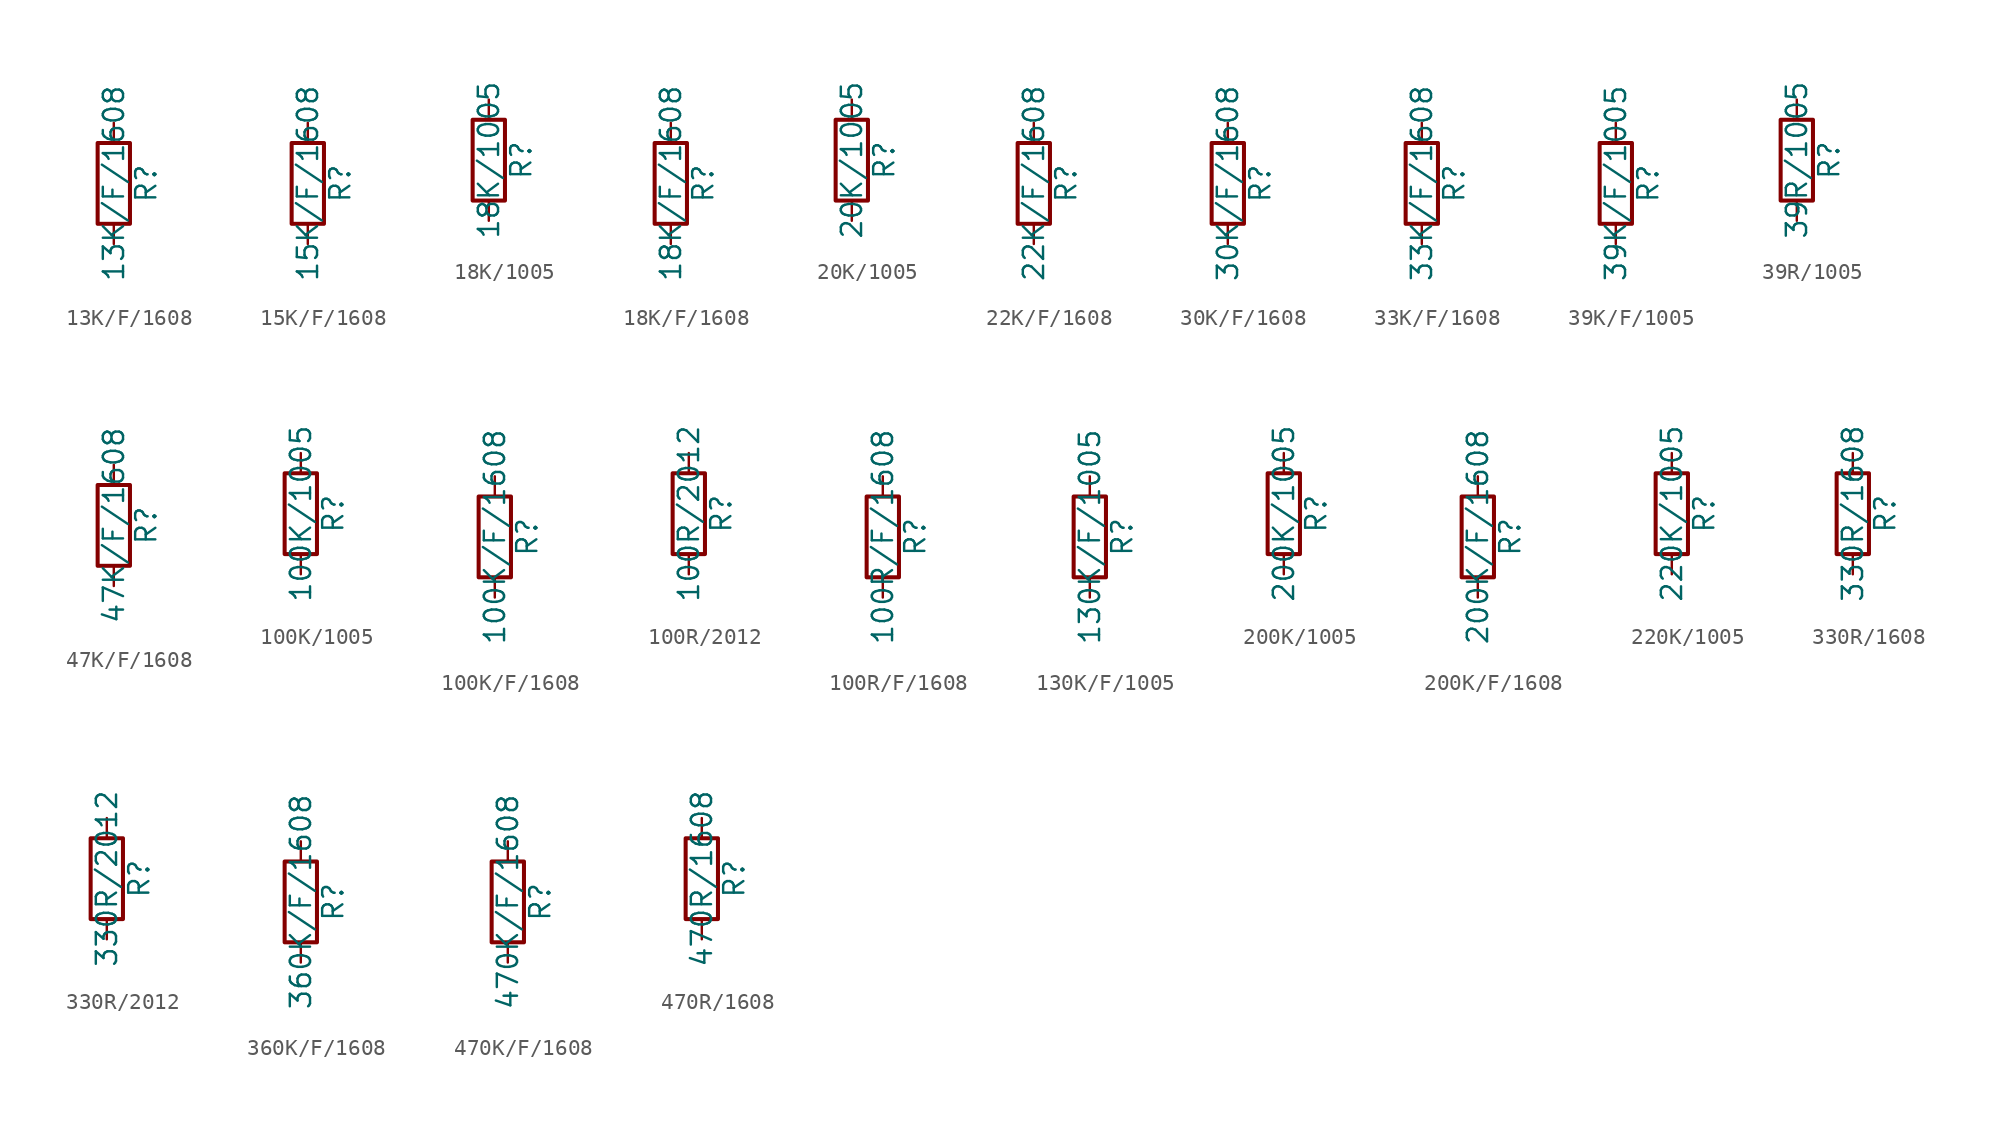
<source format=kicad_sym>
(kicad_symbol_lib
  (version 20220914)
  (generator kicad_symbol_editor)
  (symbol "13K/F/1608"
    (pin_numbers hide)
    (pin_names
      (offset 0) hide)
    (property "Reference" "R"
      (at 2.032 0 90)
      (effects (font (size 1.27 1.27))))
    (property "Value" "13K/F/1608"
      (at 0 0 90)
      (effects (font (size 1.27 1.27))))
    (symbol "13K/F/1608_0_1"
      (rectangle (start -1.016 -2.54) (end 1.016 2.54) (stroke (width 0.254) (type default)) (fill (type none))))
    (symbol "13K/F/1608_1_1"
      (pin passive line (at 0 3.81 270) (length 1.27) (name "~" (effects (font (size 1.27 1.27)))) (number "1" (effects (font (size 1.27 1.27)))))
      (pin passive line (at 0 -3.81 90) (length 1.27) (name "~" (effects (font (size 1.27 1.27)))) (number "2" (effects (font (size 1.27 1.27)))))))
  (symbol "15K/F/1608"
    (pin_numbers hide)
    (pin_names
      (offset 0) hide)
    (property "Reference" "R"
      (at 2.032 0 90)
      (effects (font (size 1.27 1.27))))
    (property "Value" "15K/F/1608"
      (at 0 0 90)
      (effects (font (size 1.27 1.27))))
    (symbol "15K/F/1608_0_1"
      (rectangle (start -1.016 -2.54) (end 1.016 2.54) (stroke (width 0.254) (type default)) (fill (type none))))
    (symbol "15K/F/1608_1_1"
      (pin passive line (at 0 3.81 270) (length 1.27) (name "~" (effects (font (size 1.27 1.27)))) (number "1" (effects (font (size 1.27 1.27)))))
      (pin passive line (at 0 -3.81 90) (length 1.27) (name "~" (effects (font (size 1.27 1.27)))) (number "2" (effects (font (size 1.27 1.27)))))))
  (symbol "18K/1005"
    (pin_numbers hide)
    (pin_names
      (offset 0) hide)
    (property "Reference" "R"
      (at 2.032 0 90)
      (effects (font (size 1.27 1.27))))
    (property "Value" "18K/1005"
      (at 0 0 90)
      (effects (font (size 1.27 1.27))))
    (symbol "18K/1005_0_1"
      (rectangle (start -1.016 -2.54) (end 1.016 2.54) (stroke (width 0.254) (type default)) (fill (type none))))
    (symbol "18K/1005_1_1"
      (pin passive line (at 0 3.81 270) (length 1.27) (name "~" (effects (font (size 1.27 1.27)))) (number "1" (effects (font (size 1.27 1.27)))))
      (pin passive line (at 0 -3.81 90) (length 1.27) (name "~" (effects (font (size 1.27 1.27)))) (number "2" (effects (font (size 1.27 1.27)))))))
  (symbol "18K/F/1608"
    (pin_numbers hide)
    (pin_names
      (offset 0) hide)
    (property "Reference" "R"
      (at 2.032 0 90)
      (effects (font (size 1.27 1.27))))
    (property "Value" "18K/F/1608"
      (at 0 0 90)
      (effects (font (size 1.27 1.27))))
    (symbol "18K/F/1608_0_1"
      (rectangle (start -1.016 -2.54) (end 1.016 2.54) (stroke (width 0.254) (type default)) (fill (type none))))
    (symbol "18K/F/1608_1_1"
      (pin passive line (at 0 3.81 270) (length 1.27) (name "~" (effects (font (size 1.27 1.27)))) (number "1" (effects (font (size 1.27 1.27)))))
      (pin passive line (at 0 -3.81 90) (length 1.27) (name "~" (effects (font (size 1.27 1.27)))) (number "2" (effects (font (size 1.27 1.27)))))))
  (symbol "20K/1005"
    (pin_numbers hide)
    (pin_names
      (offset 0) hide)
    (property "Reference" "R"
      (at 2.032 0 90)
      (effects (font (size 1.27 1.27))))
    (property "Value" "20K/1005"
      (at 0 0 90)
      (effects (font (size 1.27 1.27))))
    (symbol "20K/1005_0_1"
      (rectangle (start -1.016 -2.54) (end 1.016 2.54) (stroke (width 0.254) (type default)) (fill (type none))))
    (symbol "20K/1005_1_1"
      (pin passive line (at 0 3.81 270) (length 1.27) (name "~" (effects (font (size 1.27 1.27)))) (number "1" (effects (font (size 1.27 1.27)))))
      (pin passive line (at 0 -3.81 90) (length 1.27) (name "~" (effects (font (size 1.27 1.27)))) (number "2" (effects (font (size 1.27 1.27)))))))
  (symbol "22K/F/1608"
    (pin_numbers hide)
    (pin_names
      (offset 0) hide)
    (property "Reference" "R"
      (at 2.032 0 90)
      (effects (font (size 1.27 1.27))))
    (property "Value" "22K/F/1608"
      (at 0 0 90)
      (effects (font (size 1.27 1.27))))
    (symbol "22K/F/1608_0_1"
      (rectangle (start -1.016 -2.54) (end 1.016 2.54) (stroke (width 0.254) (type default)) (fill (type none))))
    (symbol "22K/F/1608_1_1"
      (pin passive line (at 0 3.81 270) (length 1.27) (name "~" (effects (font (size 1.27 1.27)))) (number "1" (effects (font (size 1.27 1.27)))))
      (pin passive line (at 0 -3.81 90) (length 1.27) (name "~" (effects (font (size 1.27 1.27)))) (number "2" (effects (font (size 1.27 1.27)))))))
  (symbol "30K/F/1608"
    (pin_numbers hide)
    (pin_names
      (offset 0) hide)
    (property "Reference" "R"
      (at 2.032 0 90)
      (effects (font (size 1.27 1.27))))
    (property "Value" "30K/F/1608"
      (at 0 0 90)
      (effects (font (size 1.27 1.27))))
    (symbol "30K/F/1608_0_1"
      (rectangle (start -1.016 -2.54) (end 1.016 2.54) (stroke (width 0.254) (type default)) (fill (type none))))
    (symbol "30K/F/1608_1_1"
      (pin passive line (at 0 3.81 270) (length 1.27) (name "~" (effects (font (size 1.27 1.27)))) (number "1" (effects (font (size 1.27 1.27)))))
      (pin passive line (at 0 -3.81 90) (length 1.27) (name "~" (effects (font (size 1.27 1.27)))) (number "2" (effects (font (size 1.27 1.27)))))))
  (symbol "33K/F/1608"
    (pin_numbers hide)
    (pin_names
      (offset 0) hide)
    (property "Reference" "R"
      (at 2.032 0 90)
      (effects (font (size 1.27 1.27))))
    (property "Value" "33K/F/1608"
      (at 0 0 90)
      (effects (font (size 1.27 1.27))))
    (symbol "33K/F/1608_0_1"
      (rectangle (start -1.016 -2.54) (end 1.016 2.54) (stroke (width 0.254) (type default)) (fill (type none))))
    (symbol "33K/F/1608_1_1"
      (pin passive line (at 0 3.81 270) (length 1.27) (name "~" (effects (font (size 1.27 1.27)))) (number "1" (effects (font (size 1.27 1.27)))))
      (pin passive line (at 0 -3.81 90) (length 1.27) (name "~" (effects (font (size 1.27 1.27)))) (number "2" (effects (font (size 1.27 1.27)))))))
  (symbol "39K/F/1005"
    (pin_numbers hide)
    (pin_names
      (offset 0))
    (property "Reference" "R"
      (at 2.032 0 90)
      (effects (font (size 1.27 1.27))))
    (property "Value" "39K/F/1005"
      (at 0 0 90)
      (effects (font (size 1.27 1.27))))
    (symbol "39K/F/1005_0_1"
      (rectangle (start -1.016 -2.54) (end 1.016 2.54) (stroke (width 0.254) (type default)) (fill (type none))))
    (symbol "39K/F/1005_1_1"
      (pin passive line (at 0 3.81 270) (length 1.27) (name "~" (effects (font (size 1.27 1.27)))) (number "1" (effects (font (size 1.27 1.27)))))
      (pin passive line (at 0 -3.81 90) (length 1.27) (name "~" (effects (font (size 1.27 1.27)))) (number "2" (effects (font (size 1.27 1.27)))))))
  (symbol "39R/1005"
    (pin_numbers hide)
    (pin_names
      (offset 0) hide)
    (property "Reference" "R"
      (at 2.032 0 90)
      (effects (font (size 1.27 1.27))))
    (property "Value" "39R/1005"
      (at 0 0 90)
      (effects (font (size 1.27 1.27))))
    (symbol "39R/1005_0_1"
      (rectangle (start -1.016 -2.54) (end 1.016 2.54) (stroke (width 0.254) (type default)) (fill (type none))))
    (symbol "39R/1005_1_1"
      (pin passive line (at 0 3.81 270) (length 1.27) (name "~" (effects (font (size 1.27 1.27)))) (number "1" (effects (font (size 1.27 1.27)))))
      (pin passive line (at 0 -3.81 90) (length 1.27) (name "~" (effects (font (size 1.27 1.27)))) (number "2" (effects (font (size 1.27 1.27)))))))
  (symbol "47K/F/1608"
    (pin_numbers hide)
    (pin_names
      (offset 0) hide)
    (property "Reference" "R"
      (at 2.032 0 90)
      (effects (font (size 1.27 1.27))))
    (property "Value" "47K/F/1608"
      (at 0 0 90)
      (effects (font (size 1.27 1.27))))
    (symbol "47K/F/1608_0_1"
      (rectangle (start -1.016 -2.54) (end 1.016 2.54) (stroke (width 0.254) (type default)) (fill (type none))))
    (symbol "47K/F/1608_1_1"
      (pin passive line (at 0 3.81 270) (length 1.27) (name "~" (effects (font (size 1.27 1.27)))) (number "1" (effects (font (size 1.27 1.27)))))
      (pin passive line (at 0 -3.81 90) (length 1.27) (name "~" (effects (font (size 1.27 1.27)))) (number "2" (effects (font (size 1.27 1.27)))))))
  (symbol "100K/1005"
    (pin_numbers hide)
    (pin_names
      (offset 0) hide)
    (property "Reference" "R"
      (at 2.032 0 90)
      (effects (font (size 1.27 1.27))))
    (property "Value" "100K/1005"
      (at 0 0 90)
      (effects (font (size 1.27 1.27))))
    (symbol "100K/1005_0_1"
      (rectangle (start -1.016 -2.54) (end 1.016 2.54) (stroke (width 0.254) (type default)) (fill (type none))))
    (symbol "100K/1005_1_1"
      (pin passive line (at 0 3.81 270) (length 1.27) (name "~" (effects (font (size 1.27 1.27)))) (number "1" (effects (font (size 1.27 1.27)))))
      (pin passive line (at 0 -3.81 90) (length 1.27) (name "~" (effects (font (size 1.27 1.27)))) (number "2" (effects (font (size 1.27 1.27)))))))
  (symbol "100K/F/1608"
    (pin_numbers hide)
    (pin_names
      (offset 0) hide)
    (property "Reference" "R"
      (at 2.032 0 90)
      (effects (font (size 1.27 1.27))))
    (property "Value" "100K/F/1608"
      (at 0 0 90)
      (effects (font (size 1.27 1.27))))
    (symbol "100K/F/1608_0_1"
      (rectangle (start -1.016 -2.54) (end 1.016 2.54) (stroke (width 0.254) (type default)) (fill (type none))))
    (symbol "100K/F/1608_1_1"
      (pin passive line (at 0 3.81 270) (length 1.27) (name "~" (effects (font (size 1.27 1.27)))) (number "1" (effects (font (size 1.27 1.27)))))
      (pin passive line (at 0 -3.81 90) (length 1.27) (name "~" (effects (font (size 1.27 1.27)))) (number "2" (effects (font (size 1.27 1.27)))))))
  (symbol "100R/2012"
    (pin_numbers hide)
    (pin_names
      (offset 0) hide)
    (property "Reference" "R"
      (at 2.032 0 90)
      (effects (font (size 1.27 1.27))))
    (property "Value" "100R/2012"
      (at 0 0 90)
      (effects (font (size 1.27 1.27))))
    (symbol "100R/2012_0_1"
      (rectangle (start -1.016 -2.54) (end 1.016 2.54) (stroke (width 0.254) (type default)) (fill (type none))))
    (symbol "100R/2012_1_1"
      (pin passive line (at 0 3.81 270) (length 1.27) (name "~" (effects (font (size 1.27 1.27)))) (number "1" (effects (font (size 1.27 1.27)))))
      (pin passive line (at 0 -3.81 90) (length 1.27) (name "~" (effects (font (size 1.27 1.27)))) (number "2" (effects (font (size 1.27 1.27)))))))
  (symbol "100R/F/1608"
    (pin_numbers hide)
    (pin_names
      (offset 0) hide)
    (property "Reference" "R"
      (at 2.032 0 90)
      (effects (font (size 1.27 1.27))))
    (property "Value" "100R/F/1608"
      (at 0 0 90)
      (effects (font (size 1.27 1.27))))
    (symbol "100R/F/1608_0_1"
      (rectangle (start -1.016 -2.54) (end 1.016 2.54) (stroke (width 0.254) (type default)) (fill (type none))))
    (symbol "100R/F/1608_1_1"
      (pin passive line (at 0 3.81 270) (length 1.27) (name "~" (effects (font (size 1.27 1.27)))) (number "1" (effects (font (size 1.27 1.27)))))
      (pin passive line (at 0 -3.81 90) (length 1.27) (name "~" (effects (font (size 1.27 1.27)))) (number "2" (effects (font (size 1.27 1.27)))))))
  (symbol "130K/F/1005"
    (pin_numbers hide)
    (pin_names
      (offset 0) hide)
    (property "Reference" "R"
      (at 2.032 0 90)
      (effects (font (size 1.27 1.27))))
    (property "Value" "130K/F/1005"
      (at 0 0 90)
      (effects (font (size 1.27 1.27))))
    (symbol "130K/F/1005_0_1"
      (rectangle (start -1.016 -2.54) (end 1.016 2.54) (stroke (width 0.254) (type default)) (fill (type none))))
    (symbol "130K/F/1005_1_1"
      (pin passive line (at 0 3.81 270) (length 1.27) (name "~" (effects (font (size 1.27 1.27)))) (number "1" (effects (font (size 1.27 1.27)))))
      (pin passive line (at 0 -3.81 90) (length 1.27) (name "~" (effects (font (size 1.27 1.27)))) (number "2" (effects (font (size 1.27 1.27)))))))
  (symbol "200K/1005"
    (pin_numbers hide)
    (pin_names
      (offset 0) hide)
    (property "Reference" "R"
      (at 2.032 0 90)
      (effects (font (size 1.27 1.27))))
    (property "Value" "200K/1005"
      (at 0 0 90)
      (effects (font (size 1.27 1.27))))
    (symbol "200K/1005_0_1"
      (rectangle (start -1.016 -2.54) (end 1.016 2.54) (stroke (width 0.254) (type default)) (fill (type none))))
    (symbol "200K/1005_1_1"
      (pin passive line (at 0 3.81 270) (length 1.27) (name "~" (effects (font (size 1.27 1.27)))) (number "1" (effects (font (size 1.27 1.27)))))
      (pin passive line (at 0 -3.81 90) (length 1.27) (name "~" (effects (font (size 1.27 1.27)))) (number "2" (effects (font (size 1.27 1.27)))))))
  (symbol "200K/F/1608"
    (pin_numbers hide)
    (pin_names
      (offset 0) hide)
    (property "Reference" "R"
      (at 2.032 0 90)
      (effects (font (size 1.27 1.27))))
    (property "Value" "200K/F/1608"
      (at 0 0 90)
      (effects (font (size 1.27 1.27))))
    (symbol "200K/F/1608_0_1"
      (rectangle (start -1.016 -2.54) (end 1.016 2.54) (stroke (width 0.254) (type default)) (fill (type none))))
    (symbol "200K/F/1608_1_1"
      (pin passive line (at 0 3.81 270) (length 1.27) (name "~" (effects (font (size 1.27 1.27)))) (number "1" (effects (font (size 1.27 1.27)))))
      (pin passive line (at 0 -3.81 90) (length 1.27) (name "~" (effects (font (size 1.27 1.27)))) (number "2" (effects (font (size 1.27 1.27)))))))
  (symbol "220K/1005"
    (pin_numbers hide)
    (pin_names
      (offset 0) hide)
    (property "Reference" "R"
      (at 2.032 0 90)
      (effects (font (size 1.27 1.27))))
    (property "Value" "220K/1005"
      (at 0 0 90)
      (effects (font (size 1.27 1.27))))
    (symbol "220K/1005_0_1"
      (rectangle (start -1.016 -2.54) (end 1.016 2.54) (stroke (width 0.254) (type default)) (fill (type none))))
    (symbol "220K/1005_1_1"
      (pin passive line (at 0 3.81 270) (length 1.27) (name "~" (effects (font (size 1.27 1.27)))) (number "1" (effects (font (size 1.27 1.27)))))
      (pin passive line (at 0 -3.81 90) (length 1.27) (name "~" (effects (font (size 1.27 1.27)))) (number "2" (effects (font (size 1.27 1.27)))))))
  (symbol "330R/1608"
    (pin_numbers hide)
    (pin_names
      (offset 0) hide)
    (property "Reference" "R"
      (at 2.032 0 90)
      (effects (font (size 1.27 1.27))))
    (property "Value" "330R/1608"
      (at 0 0 90)
      (effects (font (size 1.27 1.27))))
    (symbol "330R/1608_0_1"
      (rectangle (start -1.016 -2.54) (end 1.016 2.54) (stroke (width 0.254) (type default)) (fill (type none))))
    (symbol "330R/1608_1_1"
      (pin passive line (at 0 3.81 270) (length 1.27) (name "~" (effects (font (size 1.27 1.27)))) (number "1" (effects (font (size 1.27 1.27)))))
      (pin passive line (at 0 -3.81 90) (length 1.27) (name "~" (effects (font (size 1.27 1.27)))) (number "2" (effects (font (size 1.27 1.27)))))))
  (symbol "330R/2012"
    (pin_numbers hide)
    (pin_names
      (offset 0) hide)
    (property "Reference" "R"
      (at 2.032 0 90)
      (effects (font (size 1.27 1.27))))
    (property "Value" "330R/2012"
      (at 0 0 90)
      (effects (font (size 1.27 1.27))))
    (symbol "330R/2012_0_1"
      (rectangle (start -1.016 -2.54) (end 1.016 2.54) (stroke (width 0.254) (type default)) (fill (type none))))
    (symbol "330R/2012_1_1"
      (pin passive line (at 0 3.81 270) (length 1.27) (name "~" (effects (font (size 1.27 1.27)))) (number "1" (effects (font (size 1.27 1.27)))))
      (pin passive line (at 0 -3.81 90) (length 1.27) (name "~" (effects (font (size 1.27 1.27)))) (number "2" (effects (font (size 1.27 1.27)))))))
  (symbol "360K/F/1608"
    (pin_numbers hide)
    (pin_names
      (offset 0) hide)
    (property "Reference" "R"
      (at 2.032 0 90)
      (effects (font (size 1.27 1.27))))
    (property "Value" "360K/F/1608"
      (at 0 0 90)
      (effects (font (size 1.27 1.27))))
    (symbol "360K/F/1608_0_1"
      (rectangle (start -1.016 -2.54) (end 1.016 2.54) (stroke (width 0.254) (type default)) (fill (type none))))
    (symbol "360K/F/1608_1_1"
      (pin passive line (at 0 3.81 270) (length 1.27) (name "~" (effects (font (size 1.27 1.27)))) (number "1" (effects (font (size 1.27 1.27)))))
      (pin passive line (at 0 -3.81 90) (length 1.27) (name "~" (effects (font (size 1.27 1.27)))) (number "2" (effects (font (size 1.27 1.27)))))))
  (symbol "470K/F/1608"
    (pin_numbers hide)
    (pin_names
      (offset 0) hide)
    (property "Reference" "R"
      (at 2.032 0 90)
      (effects (font (size 1.27 1.27))))
    (property "Value" "470K/F/1608"
      (at 0 0 90)
      (effects (font (size 1.27 1.27))))
    (symbol "470K/F/1608_0_1"
      (rectangle (start -1.016 -2.54) (end 1.016 2.54) (stroke (width 0.254) (type default)) (fill (type none))))
    (symbol "470K/F/1608_1_1"
      (pin passive line (at 0 3.81 270) (length 1.27) (name "~" (effects (font (size 1.27 1.27)))) (number "1" (effects (font (size 1.27 1.27)))))
      (pin passive line (at 0 -3.81 90) (length 1.27) (name "~" (effects (font (size 1.27 1.27)))) (number "2" (effects (font (size 1.27 1.27)))))))
  (symbol "470R/1608"
    (pin_numbers hide)
    (pin_names
      (offset 0) hide)
    (property "Reference" "R"
      (at 2.032 0 90)
      (effects (font (size 1.27 1.27))))
    (property "Value" "470R/1608"
      (at 0 0 90)
      (effects (font (size 1.27 1.27))))
    (symbol "470R/1608_0_1"
      (rectangle (start -1.016 -2.54) (end 1.016 2.54) (stroke (width 0.254) (type default)) (fill (type none))))
    (symbol "470R/1608_1_1"
      (pin passive line (at 0 3.81 270) (length 1.27) (name "~" (effects (font (size 1.27 1.27)))) (number "1" (effects (font (size 1.27 1.27)))))
      (pin passive line (at 0 -3.81 90) (length 1.27) (name "~" (effects (font (size 1.27 1.27)))) (number "2" (effects (font (size 1.27 1.27))))))))
</source>
